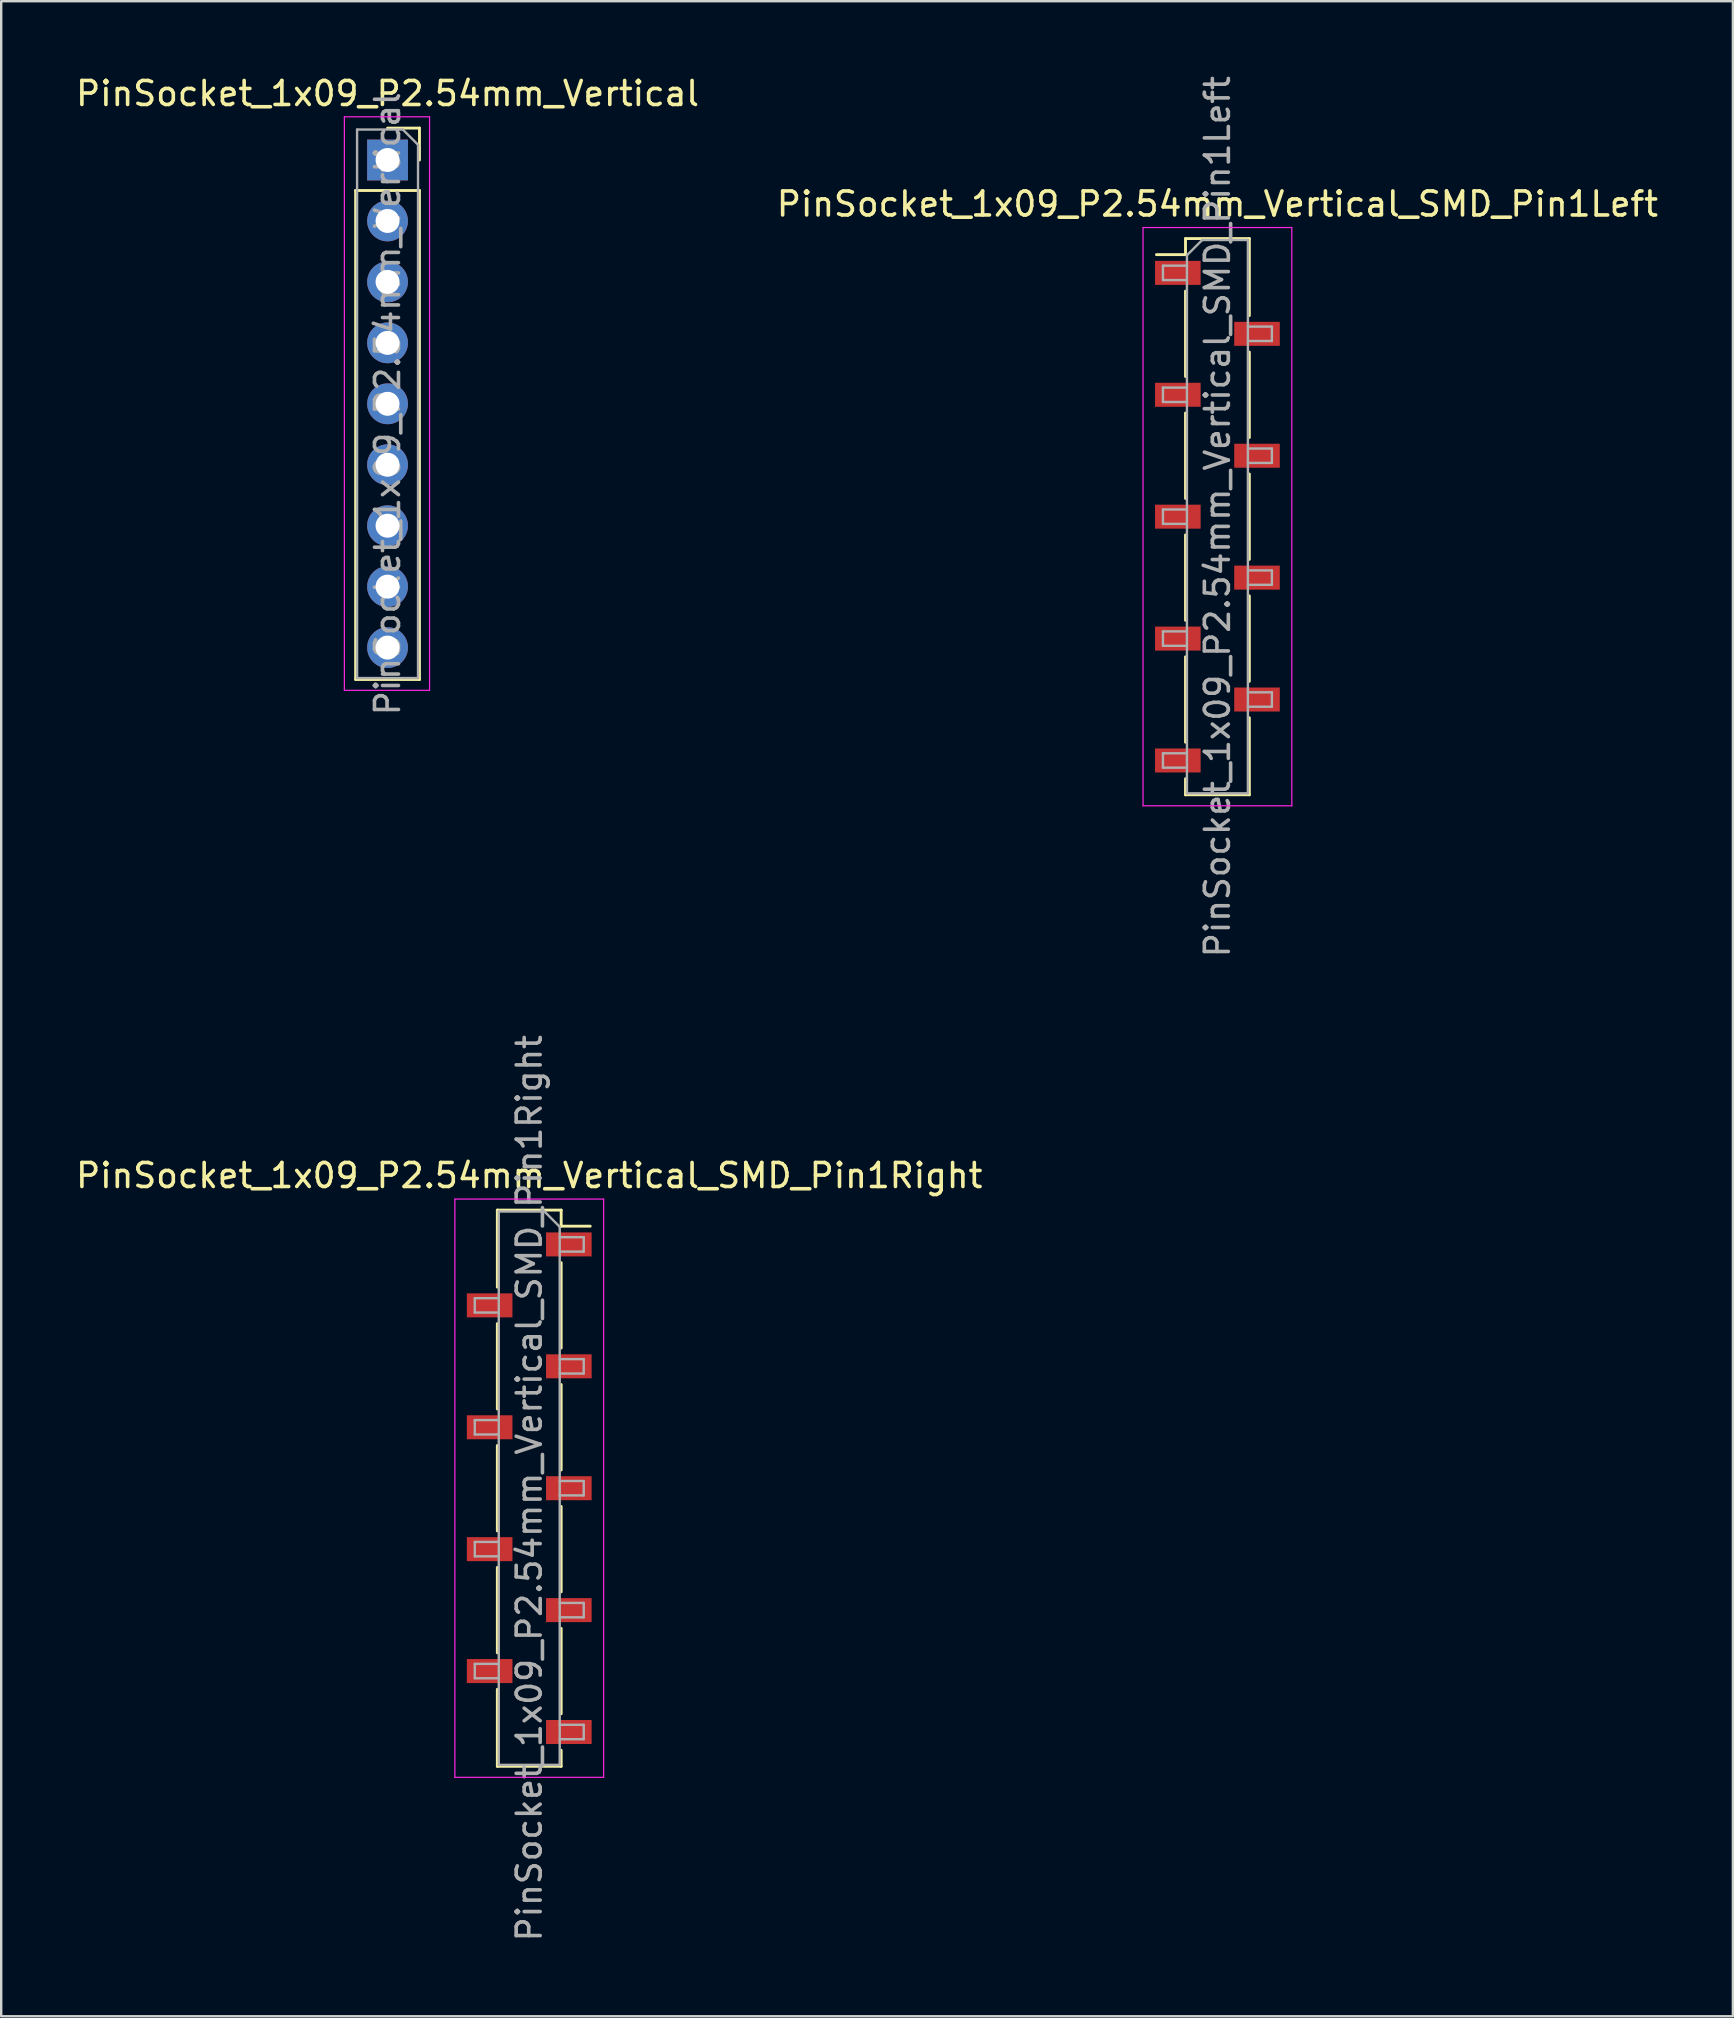
<source format=kicad_pcb>
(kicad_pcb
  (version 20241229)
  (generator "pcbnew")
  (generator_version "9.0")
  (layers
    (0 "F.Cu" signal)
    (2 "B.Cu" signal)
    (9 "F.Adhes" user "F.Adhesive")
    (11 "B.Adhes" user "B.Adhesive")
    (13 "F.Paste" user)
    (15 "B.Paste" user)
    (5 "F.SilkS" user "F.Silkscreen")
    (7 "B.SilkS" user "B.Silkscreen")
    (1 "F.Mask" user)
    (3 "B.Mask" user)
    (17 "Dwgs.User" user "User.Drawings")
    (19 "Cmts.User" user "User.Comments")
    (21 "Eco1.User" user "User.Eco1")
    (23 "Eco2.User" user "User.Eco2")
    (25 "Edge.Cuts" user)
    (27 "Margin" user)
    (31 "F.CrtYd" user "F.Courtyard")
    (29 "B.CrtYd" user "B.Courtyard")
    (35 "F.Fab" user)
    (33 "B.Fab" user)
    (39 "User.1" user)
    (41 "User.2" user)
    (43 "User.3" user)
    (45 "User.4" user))
  (footprint "PinSocket_1x09_P2.54mm_Vertical_SMD_Pin1Left"
    (layer "F.Cu")
    (at 47.685 18.482)
    (property "Reference" "PinSocket_1x09_P2.54mm_Vertical_SMD_Pin1Left" (at 0 -13.03 0) (layer "F.SilkS") (effects (font (size 1 1) (thickness 0.15))))
    (attr smd)
    (fp_line (start -2.54 -10.92) (end -1.33 -10.92) (stroke (width 0.12) (type solid)) (layer "F.SilkS"))
    (fp_line (start -1.33 -11.59) (end -1.33 -10.92) (stroke (width 0.12) (type solid)) (layer "F.SilkS"))
    (fp_line (start -1.33 -11.59) (end 1.33 -11.59) (stroke (width 0.12) (type solid)) (layer "F.SilkS"))
    (fp_line (start -1.33 -9.4) (end -1.33 -5.84) (stroke (width 0.12) (type solid)) (layer "F.SilkS"))
    (fp_line (start -1.33 -4.32) (end -1.33 -0.76) (stroke (width 0.12) (type solid)) (layer "F.SilkS"))
    (fp_line (start -1.33 0.76) (end -1.33 4.32) (stroke (width 0.12) (type solid)) (layer "F.SilkS"))
    (fp_line (start -1.33 5.84) (end -1.33 9.4) (stroke (width 0.12) (type solid)) (layer "F.SilkS"))
    (fp_line (start -1.33 10.92) (end -1.33 11.59) (stroke (width 0.12) (type solid)) (layer "F.SilkS"))
    (fp_line (start -1.33 11.59) (end 1.33 11.59) (stroke (width 0.12) (type solid)) (layer "F.SilkS"))
    (fp_line (start 1.33 -11.59) (end 1.33 -8.38) (stroke (width 0.12) (type solid)) (layer "F.SilkS"))
    (fp_line (start 1.33 -6.86) (end 1.33 -3.3) (stroke (width 0.12) (type solid)) (layer "F.SilkS"))
    (fp_line (start 1.33 -1.78) (end 1.33 1.78) (stroke (width 0.12) (type solid)) (layer "F.SilkS"))
    (fp_line (start 1.33 3.3) (end 1.33 6.86) (stroke (width 0.12) (type solid)) (layer "F.SilkS"))
    (fp_line (start 1.33 8.38) (end 1.33 11.59) (stroke (width 0.12) (type solid)) (layer "F.SilkS"))
    (fp_line (start -3.1 -12.05) (end 3.1 -12.05) (stroke (width 0.05) (type solid)) (layer "F.CrtYd"))
    (fp_line (start -3.1 12.05) (end -3.1 -12.05) (stroke (width 0.05) (type solid)) (layer "F.CrtYd"))
    (fp_line (start 3.1 -12.05) (end 3.1 12.05) (stroke (width 0.05) (type solid)) (layer "F.CrtYd"))
    (fp_line (start 3.1 12.05) (end -3.1 12.05) (stroke (width 0.05) (type solid)) (layer "F.CrtYd"))
    (fp_line (start -2.27 -10.46) (end -1.27 -10.46) (stroke (width 0.1) (type solid)) (layer "F.Fab"))
    (fp_line (start -2.27 -9.86) (end -2.27 -10.46) (stroke (width 0.1) (type solid)) (layer "F.Fab"))
    (fp_line (start -2.27 -5.38) (end -1.27 -5.38) (stroke (width 0.1) (type solid)) (layer "F.Fab"))
    (fp_line (start -2.27 -4.78) (end -2.27 -5.38) (stroke (width 0.1) (type solid)) (layer "F.Fab"))
    (fp_line (start -2.27 -0.3) (end -1.27 -0.3) (stroke (width 0.1) (type solid)) (layer "F.Fab"))
    (fp_line (start -2.27 0.3) (end -2.27 -0.3) (stroke (width 0.1) (type solid)) (layer "F.Fab"))
    (fp_line (start -2.27 4.78) (end -1.27 4.78) (stroke (width 0.1) (type solid)) (layer "F.Fab"))
    (fp_line (start -2.27 5.38) (end -2.27 4.78) (stroke (width 0.1) (type solid)) (layer "F.Fab"))
    (fp_line (start -2.27 9.86) (end -1.27 9.86) (stroke (width 0.1) (type solid)) (layer "F.Fab"))
    (fp_line (start -2.27 10.46) (end -2.27 9.86) (stroke (width 0.1) (type solid)) (layer "F.Fab"))
    (fp_line (start -1.27 -10.895) (end -0.635 -11.53) (stroke (width 0.1) (type solid)) (layer "F.Fab"))
    (fp_line (start -1.27 -9.86) (end -2.27 -9.86) (stroke (width 0.1) (type solid)) (layer "F.Fab"))
    (fp_line (start -1.27 -4.78) (end -2.27 -4.78) (stroke (width 0.1) (type solid)) (layer "F.Fab"))
    (fp_line (start -1.27 0.3) (end -2.27 0.3) (stroke (width 0.1) (type solid)) (layer "F.Fab"))
    (fp_line (start -1.27 5.38) (end -2.27 5.38) (stroke (width 0.1) (type solid)) (layer "F.Fab"))
    (fp_line (start -1.27 10.46) (end -2.27 10.46) (stroke (width 0.1) (type solid)) (layer "F.Fab"))
    (fp_line (start -1.27 11.53) (end -1.27 -10.895) (stroke (width 0.1) (type solid)) (layer "F.Fab"))
    (fp_line (start -0.635 -11.53) (end 1.27 -11.53) (stroke (width 0.1) (type solid)) (layer "F.Fab"))
    (fp_line (start 1.27 -11.53) (end 1.27 11.53) (stroke (width 0.1) (type solid)) (layer "F.Fab"))
    (fp_line (start 1.27 -7.92) (end 2.27 -7.92) (stroke (width 0.1) (type solid)) (layer "F.Fab"))
    (fp_line (start 1.27 -2.84) (end 2.27 -2.84) (stroke (width 0.1) (type solid)) (layer "F.Fab"))
    (fp_line (start 1.27 2.24) (end 2.27 2.24) (stroke (width 0.1) (type solid)) (layer "F.Fab"))
    (fp_line (start 1.27 7.32) (end 2.27 7.32) (stroke (width 0.1) (type solid)) (layer "F.Fab"))
    (fp_line (start 1.27 11.53) (end -1.27 11.53) (stroke (width 0.1) (type solid)) (layer "F.Fab"))
    (fp_line (start 2.27 -7.92) (end 2.27 -7.32) (stroke (width 0.1) (type solid)) (layer "F.Fab"))
    (fp_line (start 2.27 -7.32) (end 1.27 -7.32) (stroke (width 0.1) (type solid)) (layer "F.Fab"))
    (fp_line (start 2.27 -2.84) (end 2.27 -2.24) (stroke (width 0.1) (type solid)) (layer "F.Fab"))
    (fp_line (start 2.27 -2.24) (end 1.27 -2.24) (stroke (width 0.1) (type solid)) (layer "F.Fab"))
    (fp_line (start 2.27 2.24) (end 2.27 2.84) (stroke (width 0.1) (type solid)) (layer "F.Fab"))
    (fp_line (start 2.27 2.84) (end 1.27 2.84) (stroke (width 0.1) (type solid)) (layer "F.Fab"))
    (fp_line (start 2.27 7.32) (end 2.27 7.92) (stroke (width 0.1) (type solid)) (layer "F.Fab"))
    (fp_line (start 2.27 7.92) (end 1.27 7.92) (stroke (width 0.1) (type solid)) (layer "F.Fab"))
    (fp_text user "${REFERENCE}" (at 0 0 90) (layer "F.Fab") (effects (font (size 1 1) (thickness 0.15))))
    (pad "1" smd rect (at -1.65 -10.16) (size 1.9 1) (layers "F.Cu" "F.Mask" "F.Paste"))
    (pad "2" smd rect (at 1.65 -7.62) (size 1.9 1) (layers "F.Cu" "F.Mask" "F.Paste"))
    (pad "3" smd rect (at -1.65 -5.08) (size 1.9 1) (layers "F.Cu" "F.Mask" "F.Paste"))
    (pad "4" smd rect (at 1.65 -2.54) (size 1.9 1) (layers "F.Cu" "F.Mask" "F.Paste"))
    (pad "5" smd rect (at -1.65 0) (size 1.9 1) (layers "F.Cu" "F.Mask" "F.Paste"))
    (pad "6" smd rect (at 1.65 2.54) (size 1.9 1) (layers "F.Cu" "F.Mask" "F.Paste"))
    (pad "7" smd rect (at -1.65 5.08) (size 1.9 1) (layers "F.Cu" "F.Mask" "F.Paste"))
    (pad "8" smd rect (at 1.65 7.62) (size 1.9 1) (layers "F.Cu" "F.Mask" "F.Paste"))
    (pad "9" smd rect (at -1.65 10.16) (size 1.9 1) (layers "F.Cu" "F.Mask" "F.Paste")))
  (footprint "PinSocket_1x09_P2.54mm_Vertical"
    (layer "F.Cu")
    (at 13.101 3.618)
    (property "Reference" "PinSocket_1x09_P2.54mm_Vertical" (at 0 -2.77 0) (layer "F.SilkS") (effects (font (size 1 1) (thickness 0.15))))
    (attr through_hole)
    (fp_line (start -1.33 1.27) (end -1.33 21.65) (stroke (width 0.12) (type solid)) (layer "F.SilkS"))
    (fp_line (start -1.33 1.27) (end 1.33 1.27) (stroke (width 0.12) (type solid)) (layer "F.SilkS"))
    (fp_line (start -1.33 21.65) (end 1.33 21.65) (stroke (width 0.12) (type solid)) (layer "F.SilkS"))
    (fp_line (start 0 -1.33) (end 1.33 -1.33) (stroke (width 0.12) (type solid)) (layer "F.SilkS"))
    (fp_line (start 1.33 -1.33) (end 1.33 0) (stroke (width 0.12) (type solid)) (layer "F.SilkS"))
    (fp_line (start 1.33 1.27) (end 1.33 21.65) (stroke (width 0.12) (type solid)) (layer "F.SilkS"))
    (fp_line (start -1.8 -1.8) (end 1.75 -1.8) (stroke (width 0.05) (type solid)) (layer "F.CrtYd"))
    (fp_line (start -1.8 22.1) (end -1.8 -1.8) (stroke (width 0.05) (type solid)) (layer "F.CrtYd"))
    (fp_line (start 1.75 -1.8) (end 1.75 22.1) (stroke (width 0.05) (type solid)) (layer "F.CrtYd"))
    (fp_line (start 1.75 22.1) (end -1.8 22.1) (stroke (width 0.05) (type solid)) (layer "F.CrtYd"))
    (fp_line (start -1.27 -1.27) (end 0.635 -1.27) (stroke (width 0.1) (type solid)) (layer "F.Fab"))
    (fp_line (start -1.27 21.59) (end -1.27 -1.27) (stroke (width 0.1) (type solid)) (layer "F.Fab"))
    (fp_line (start 0.635 -1.27) (end 1.27 -0.635) (stroke (width 0.1) (type solid)) (layer "F.Fab"))
    (fp_line (start 1.27 -0.635) (end 1.27 21.59) (stroke (width 0.1) (type solid)) (layer "F.Fab"))
    (fp_line (start 1.27 21.59) (end -1.27 21.59) (stroke (width 0.1) (type solid)) (layer "F.Fab"))
    (fp_text user "${REFERENCE}" (at 0 10.16 90) (layer "F.Fab") (effects (font (size 1 1) (thickness 0.15))))
    (pad "1" thru_hole rect (at 0 0) (size 1.7 1.7) (drill 1) (layers "*.Cu" "*.Mask"))
    (pad "2" thru_hole oval (at 0 2.54) (size 1.7 1.7) (drill 1) (layers "*.Cu" "*.Mask"))
    (pad "3" thru_hole oval (at 0 5.08) (size 1.7 1.7) (drill 1) (layers "*.Cu" "*.Mask"))
    (pad "4" thru_hole oval (at 0 7.62) (size 1.7 1.7) (drill 1) (layers "*.Cu" "*.Mask"))
    (pad "5" thru_hole oval (at 0 10.16) (size 1.7 1.7) (drill 1) (layers "*.Cu" "*.Mask"))
    (pad "6" thru_hole oval (at 0 12.7) (size 1.7 1.7) (drill 1) (layers "*.Cu" "*.Mask"))
    (pad "7" thru_hole oval (at 0 15.24) (size 1.7 1.7) (drill 1) (layers "*.Cu" "*.Mask"))
    (pad "8" thru_hole oval (at 0 17.78) (size 1.7 1.7) (drill 1) (layers "*.Cu" "*.Mask"))
    (pad "9" thru_hole oval (at 0 20.32) (size 1.7 1.7) (drill 1) (layers "*.Cu" "*.Mask")))
  (footprint "PinSocket_1x09_P2.54mm_Vertical_SMD_Pin1Right"
    (layer "F.Cu")
    (at 19.006 58.97)
    (property "Reference" "PinSocket_1x09_P2.54mm_Vertical_SMD_Pin1Right" (at 0 -13.03 0) (layer "F.SilkS") (effects (font (size 1 1) (thickness 0.15))))
    (attr smd)
    (fp_line (start -1.33 -11.59) (end -1.33 -8.38) (stroke (width 0.12) (type solid)) (layer "F.SilkS"))
    (fp_line (start -1.33 -11.59) (end 1.33 -11.59) (stroke (width 0.12) (type solid)) (layer "F.SilkS"))
    (fp_line (start -1.33 -6.86) (end -1.33 -3.3) (stroke (width 0.12) (type solid)) (layer "F.SilkS"))
    (fp_line (start -1.33 -1.78) (end -1.33 1.78) (stroke (width 0.12) (type solid)) (layer "F.SilkS"))
    (fp_line (start -1.33 3.3) (end -1.33 6.86) (stroke (width 0.12) (type solid)) (layer "F.SilkS"))
    (fp_line (start -1.33 8.38) (end -1.33 11.59) (stroke (width 0.12) (type solid)) (layer "F.SilkS"))
    (fp_line (start -1.33 11.59) (end 1.33 11.59) (stroke (width 0.12) (type solid)) (layer "F.SilkS"))
    (fp_line (start 1.33 -11.59) (end 1.33 -10.92) (stroke (width 0.12) (type solid)) (layer "F.SilkS"))
    (fp_line (start 1.33 -10.92) (end 2.54 -10.92) (stroke (width 0.12) (type solid)) (layer "F.SilkS"))
    (fp_line (start 1.33 -9.4) (end 1.33 -5.84) (stroke (width 0.12) (type solid)) (layer "F.SilkS"))
    (fp_line (start 1.33 -4.32) (end 1.33 -0.76) (stroke (width 0.12) (type solid)) (layer "F.SilkS"))
    (fp_line (start 1.33 0.76) (end 1.33 4.32) (stroke (width 0.12) (type solid)) (layer "F.SilkS"))
    (fp_line (start 1.33 5.84) (end 1.33 9.4) (stroke (width 0.12) (type solid)) (layer "F.SilkS"))
    (fp_line (start 1.33 10.92) (end 1.33 11.59) (stroke (width 0.12) (type solid)) (layer "F.SilkS"))
    (fp_line (start -3.1 -12.05) (end 3.1 -12.05) (stroke (width 0.05) (type solid)) (layer "F.CrtYd"))
    (fp_line (start -3.1 12.05) (end -3.1 -12.05) (stroke (width 0.05) (type solid)) (layer "F.CrtYd"))
    (fp_line (start 3.1 -12.05) (end 3.1 12.05) (stroke (width 0.05) (type solid)) (layer "F.CrtYd"))
    (fp_line (start 3.1 12.05) (end -3.1 12.05) (stroke (width 0.05) (type solid)) (layer "F.CrtYd"))
    (fp_line (start -2.27 -7.92) (end -1.27 -7.92) (stroke (width 0.1) (type solid)) (layer "F.Fab"))
    (fp_line (start -2.27 -7.32) (end -2.27 -7.92) (stroke (width 0.1) (type solid)) (layer "F.Fab"))
    (fp_line (start -2.27 -2.84) (end -1.27 -2.84) (stroke (width 0.1) (type solid)) (layer "F.Fab"))
    (fp_line (start -2.27 -2.24) (end -2.27 -2.84) (stroke (width 0.1) (type solid)) (layer "F.Fab"))
    (fp_line (start -2.27 2.24) (end -1.27 2.24) (stroke (width 0.1) (type solid)) (layer "F.Fab"))
    (fp_line (start -2.27 2.84) (end -2.27 2.24) (stroke (width 0.1) (type solid)) (layer "F.Fab"))
    (fp_line (start -2.27 7.32) (end -1.27 7.32) (stroke (width 0.1) (type solid)) (layer "F.Fab"))
    (fp_line (start -2.27 7.92) (end -2.27 7.32) (stroke (width 0.1) (type solid)) (layer "F.Fab"))
    (fp_line (start -1.27 -11.53) (end 0.635 -11.53) (stroke (width 0.1) (type solid)) (layer "F.Fab"))
    (fp_line (start -1.27 -7.32) (end -2.27 -7.32) (stroke (width 0.1) (type solid)) (layer "F.Fab"))
    (fp_line (start -1.27 -2.24) (end -2.27 -2.24) (stroke (width 0.1) (type solid)) (layer "F.Fab"))
    (fp_line (start -1.27 2.84) (end -2.27 2.84) (stroke (width 0.1) (type solid)) (layer "F.Fab"))
    (fp_line (start -1.27 7.92) (end -2.27 7.92) (stroke (width 0.1) (type solid)) (layer "F.Fab"))
    (fp_line (start -1.27 11.53) (end -1.27 -11.53) (stroke (width 0.1) (type solid)) (layer "F.Fab"))
    (fp_line (start 0.635 -11.53) (end 1.27 -10.895) (stroke (width 0.1) (type solid)) (layer "F.Fab"))
    (fp_line (start 1.27 -10.895) (end 1.27 11.53) (stroke (width 0.1) (type solid)) (layer "F.Fab"))
    (fp_line (start 1.27 -10.46) (end 2.27 -10.46) (stroke (width 0.1) (type solid)) (layer "F.Fab"))
    (fp_line (start 1.27 -5.38) (end 2.27 -5.38) (stroke (width 0.1) (type solid)) (layer "F.Fab"))
    (fp_line (start 1.27 -0.3) (end 2.27 -0.3) (stroke (width 0.1) (type solid)) (layer "F.Fab"))
    (fp_line (start 1.27 4.78) (end 2.27 4.78) (stroke (width 0.1) (type solid)) (layer "F.Fab"))
    (fp_line (start 1.27 9.86) (end 2.27 9.86) (stroke (width 0.1) (type solid)) (layer "F.Fab"))
    (fp_line (start 1.27 11.53) (end -1.27 11.53) (stroke (width 0.1) (type solid)) (layer "F.Fab"))
    (fp_line (start 2.27 -10.46) (end 2.27 -9.86) (stroke (width 0.1) (type solid)) (layer "F.Fab"))
    (fp_line (start 2.27 -9.86) (end 1.27 -9.86) (stroke (width 0.1) (type solid)) (layer "F.Fab"))
    (fp_line (start 2.27 -5.38) (end 2.27 -4.78) (stroke (width 0.1) (type solid)) (layer "F.Fab"))
    (fp_line (start 2.27 -4.78) (end 1.27 -4.78) (stroke (width 0.1) (type solid)) (layer "F.Fab"))
    (fp_line (start 2.27 -0.3) (end 2.27 0.3) (stroke (width 0.1) (type solid)) (layer "F.Fab"))
    (fp_line (start 2.27 0.3) (end 1.27 0.3) (stroke (width 0.1) (type solid)) (layer "F.Fab"))
    (fp_line (start 2.27 4.78) (end 2.27 5.38) (stroke (width 0.1) (type solid)) (layer "F.Fab"))
    (fp_line (start 2.27 5.38) (end 1.27 5.38) (stroke (width 0.1) (type solid)) (layer "F.Fab"))
    (fp_line (start 2.27 9.86) (end 2.27 10.46) (stroke (width 0.1) (type solid)) (layer "F.Fab"))
    (fp_line (start 2.27 10.46) (end 1.27 10.46) (stroke (width 0.1) (type solid)) (layer "F.Fab"))
    (fp_text user "${REFERENCE}" (at 0 0 90) (layer "F.Fab") (effects (font (size 1 1) (thickness 0.15))))
    (pad "1" smd rect (at 1.65 -10.16) (size 1.9 1) (layers "F.Cu" "F.Mask" "F.Paste"))
    (pad "2" smd rect (at -1.65 -7.62) (size 1.9 1) (layers "F.Cu" "F.Mask" "F.Paste"))
    (pad "3" smd rect (at 1.65 -5.08) (size 1.9 1) (layers "F.Cu" "F.Mask" "F.Paste"))
    (pad "4" smd rect (at -1.65 -2.54) (size 1.9 1) (layers "F.Cu" "F.Mask" "F.Paste"))
    (pad "5" smd rect (at 1.65 0) (size 1.9 1) (layers "F.Cu" "F.Mask" "F.Paste"))
    (pad "6" smd rect (at -1.65 2.54) (size 1.9 1) (layers "F.Cu" "F.Mask" "F.Paste"))
    (pad "7" smd rect (at 1.65 5.08) (size 1.9 1) (layers "F.Cu" "F.Mask" "F.Paste"))
    (pad "8" smd rect (at -1.65 7.62) (size 1.9 1) (layers "F.Cu" "F.Mask" "F.Paste"))
    (pad "9" smd rect (at 1.65 10.16) (size 1.9 1) (layers "F.Cu" "F.Mask" "F.Paste")))
  (gr_rect
    (start -3 -3)
    (end 69.167 80.976)
    (stroke (width 0.1) (type default))
    (fill no)
    (layer "Edge.Cuts")))
</source>
